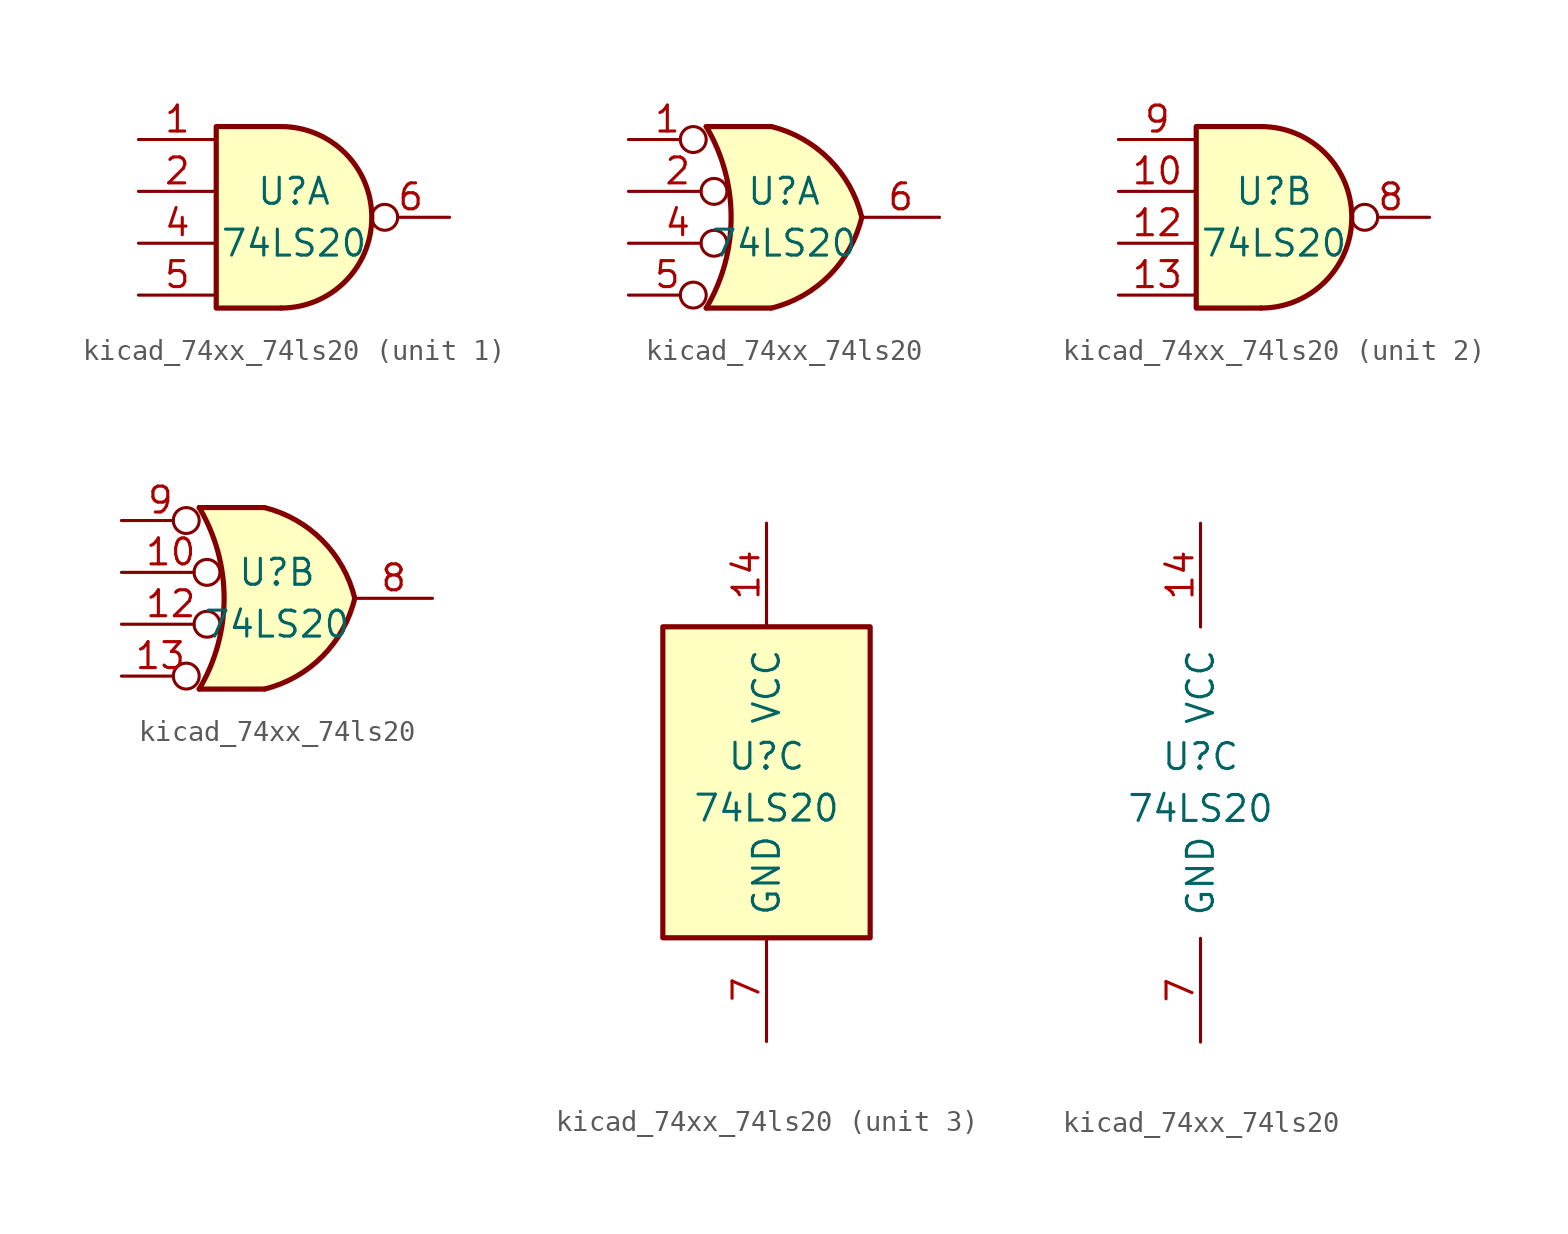
<source format=kicad_sym>
(kicad_symbol_lib
  (version 20220914)
  (generator kicad_symbol_editor)
  (symbol "kicad_74xx_74ls20"
    (pin_names
      (offset 1.016))
    (property "Reference" "U"
      (at 0 1.27 0)
      (effects (font (size 1.27 1.27))))
    (property "Value" "74LS20"
      (at 0 -1.27 0)
      (effects (font (size 1.27 1.27))))
    (property "ki_locked" ""
      (at 0 0 0)
      (effects (font (size 1.27 1.27))))
    (symbol "kicad_74xx_74ls20_1_1"
      (arc (start -0.635 -4.445) (mid 3.7907 0) (end -0.635 4.445) (stroke (width 0.254) (type default)) (fill (type background)))
      (polyline (pts (xy -0.635 4.445) (xy -3.81 4.445) (xy -3.81 -4.445) (xy -0.635 -4.445)) (stroke (width 0.254) (type default)) (fill (type background)))
      (pin input line (at -7.62 3.81 0) (length 3.81) (name "~" (effects (font (size 1.27 1.27)))) (number "1" (effects (font (size 1.27 1.27)))))
      (pin input line (at -7.62 1.27 0) (length 3.81) (name "~" (effects (font (size 1.27 1.27)))) (number "2" (effects (font (size 1.27 1.27)))))
      (pin input line (at -7.62 -1.27 0) (length 3.81) (name "~" (effects (font (size 1.27 1.27)))) (number "4" (effects (font (size 1.27 1.27)))))
      (pin input line (at -7.62 -3.81 0) (length 3.81) (name "~" (effects (font (size 1.27 1.27)))) (number "5" (effects (font (size 1.27 1.27)))))
      (pin output inverted (at 7.62 0 180) (length 3.81) (name "~" (effects (font (size 1.27 1.27)))) (number "6" (effects (font (size 1.27 1.27))))))
    (symbol "kicad_74xx_74ls20_1_2"
      (arc (start -3.81 -4.445) (mid -2.5908 0) (end -3.81 4.445) (stroke (width 0.254) (type default)) (fill (type none)))
      (arc (start -0.6096 -4.445) (mid 2.2246 -2.8422) (end 3.81 0) (stroke (width 0.254) (type default)) (fill (type background)))
      (polyline (pts (xy -3.81 -4.445) (xy -0.635 -4.445)) (stroke (width 0.254) (type default)) (fill (type background)))
      (polyline (pts (xy -3.81 4.445) (xy -0.635 4.445)) (stroke (width 0.254) (type default)) (fill (type background)))
      (polyline (pts (xy -0.635 4.445) (xy -3.81 4.445) (xy -3.81 4.445) (xy -3.632 4.089) (xy -3.099 2.921) (xy -2.769 1.676) (xy -2.616 0.432) (xy -2.642 -0.864) (xy -2.87 -2.108) (xy -3.251 -3.327) (xy -3.81 -4.445) (xy -3.81 -4.445) (xy -0.635 -4.445)) (stroke (width -25.4) (type default)) (fill (type background)))
      (arc (start 3.81 0) (mid 2.2204 2.8379) (end -0.6096 4.445) (stroke (width 0.254) (type default)) (fill (type background)))
      (pin input inverted (at -7.62 3.81 0) (length 3.81) (name "~" (effects (font (size 1.27 1.27)))) (number "1" (effects (font (size 1.27 1.27)))))
      (pin input inverted (at -7.62 1.27 0) (length 4.826) (name "~" (effects (font (size 1.27 1.27)))) (number "2" (effects (font (size 1.27 1.27)))))
      (pin input inverted (at -7.62 -1.27 0) (length 4.826) (name "~" (effects (font (size 1.27 1.27)))) (number "4" (effects (font (size 1.27 1.27)))))
      (pin input inverted (at -7.62 -3.81 0) (length 3.81) (name "~" (effects (font (size 1.27 1.27)))) (number "5" (effects (font (size 1.27 1.27)))))
      (pin output line (at 7.62 0 180) (length 3.81) (name "~" (effects (font (size 1.27 1.27)))) (number "6" (effects (font (size 1.27 1.27))))))
    (symbol "kicad_74xx_74ls20_2_1"
      (arc (start -0.635 -4.445) (mid 3.7907 0) (end -0.635 4.445) (stroke (width 0.254) (type default)) (fill (type background)))
      (polyline (pts (xy -0.635 4.445) (xy -3.81 4.445) (xy -3.81 -4.445) (xy -0.635 -4.445)) (stroke (width 0.254) (type default)) (fill (type background)))
      (pin input line (at -7.62 1.27 0) (length 3.81) (name "~" (effects (font (size 1.27 1.27)))) (number "10" (effects (font (size 1.27 1.27)))))
      (pin input line (at -7.62 -1.27 0) (length 3.81) (name "~" (effects (font (size 1.27 1.27)))) (number "12" (effects (font (size 1.27 1.27)))))
      (pin input line (at -7.62 -3.81 0) (length 3.81) (name "~" (effects (font (size 1.27 1.27)))) (number "13" (effects (font (size 1.27 1.27)))))
      (pin output inverted (at 7.62 0 180) (length 3.81) (name "~" (effects (font (size 1.27 1.27)))) (number "8" (effects (font (size 1.27 1.27)))))
      (pin input line (at -7.62 3.81 0) (length 3.81) (name "~" (effects (font (size 1.27 1.27)))) (number "9" (effects (font (size 1.27 1.27))))))
    (symbol "kicad_74xx_74ls20_2_2"
      (arc (start -3.81 -4.445) (mid -2.5908 0) (end -3.81 4.445) (stroke (width 0.254) (type default)) (fill (type none)))
      (arc (start -0.6096 -4.445) (mid 2.2246 -2.8422) (end 3.81 0) (stroke (width 0.254) (type default)) (fill (type background)))
      (polyline (pts (xy -3.81 -4.445) (xy -0.635 -4.445)) (stroke (width 0.254) (type default)) (fill (type background)))
      (polyline (pts (xy -3.81 4.445) (xy -0.635 4.445)) (stroke (width 0.254) (type default)) (fill (type background)))
      (polyline (pts (xy -0.635 4.445) (xy -3.81 4.445) (xy -3.81 4.445) (xy -3.632 4.089) (xy -3.099 2.921) (xy -2.769 1.676) (xy -2.616 0.432) (xy -2.642 -0.864) (xy -2.87 -2.108) (xy -3.251 -3.327) (xy -3.81 -4.445) (xy -3.81 -4.445) (xy -0.635 -4.445)) (stroke (width -25.4) (type default)) (fill (type background)))
      (arc (start 3.81 0) (mid 2.2204 2.8379) (end -0.6096 4.445) (stroke (width 0.254) (type default)) (fill (type background)))
      (pin input inverted (at -7.62 1.27 0) (length 4.826) (name "~" (effects (font (size 1.27 1.27)))) (number "10" (effects (font (size 1.27 1.27)))))
      (pin input inverted (at -7.62 -1.27 0) (length 4.826) (name "~" (effects (font (size 1.27 1.27)))) (number "12" (effects (font (size 1.27 1.27)))))
      (pin input inverted (at -7.62 -3.81 0) (length 3.81) (name "~" (effects (font (size 1.27 1.27)))) (number "13" (effects (font (size 1.27 1.27)))))
      (pin output line (at 7.62 0 180) (length 3.81) (name "~" (effects (font (size 1.27 1.27)))) (number "8" (effects (font (size 1.27 1.27)))))
      (pin input inverted (at -7.62 3.81 0) (length 3.81) (name "~" (effects (font (size 1.27 1.27)))) (number "9" (effects (font (size 1.27 1.27))))))
    (symbol "kicad_74xx_74ls20_3_0"
      (pin power_in line (at 0 12.7 270) (length 5.08) (name "VCC" (effects (font (size 1.27 1.27)))) (number "14" (effects (font (size 1.27 1.27)))))
      (pin power_in line (at 0 -12.7 90) (length 5.08) (name "GND" (effects (font (size 1.27 1.27)))) (number "7" (effects (font (size 1.27 1.27))))))
    (symbol "kicad_74xx_74ls20_3_1"
      (rectangle (start -5.08 7.62) (end 5.08 -7.62) (stroke (width 0.254) (type default)) (fill (type background))))))
</source>
